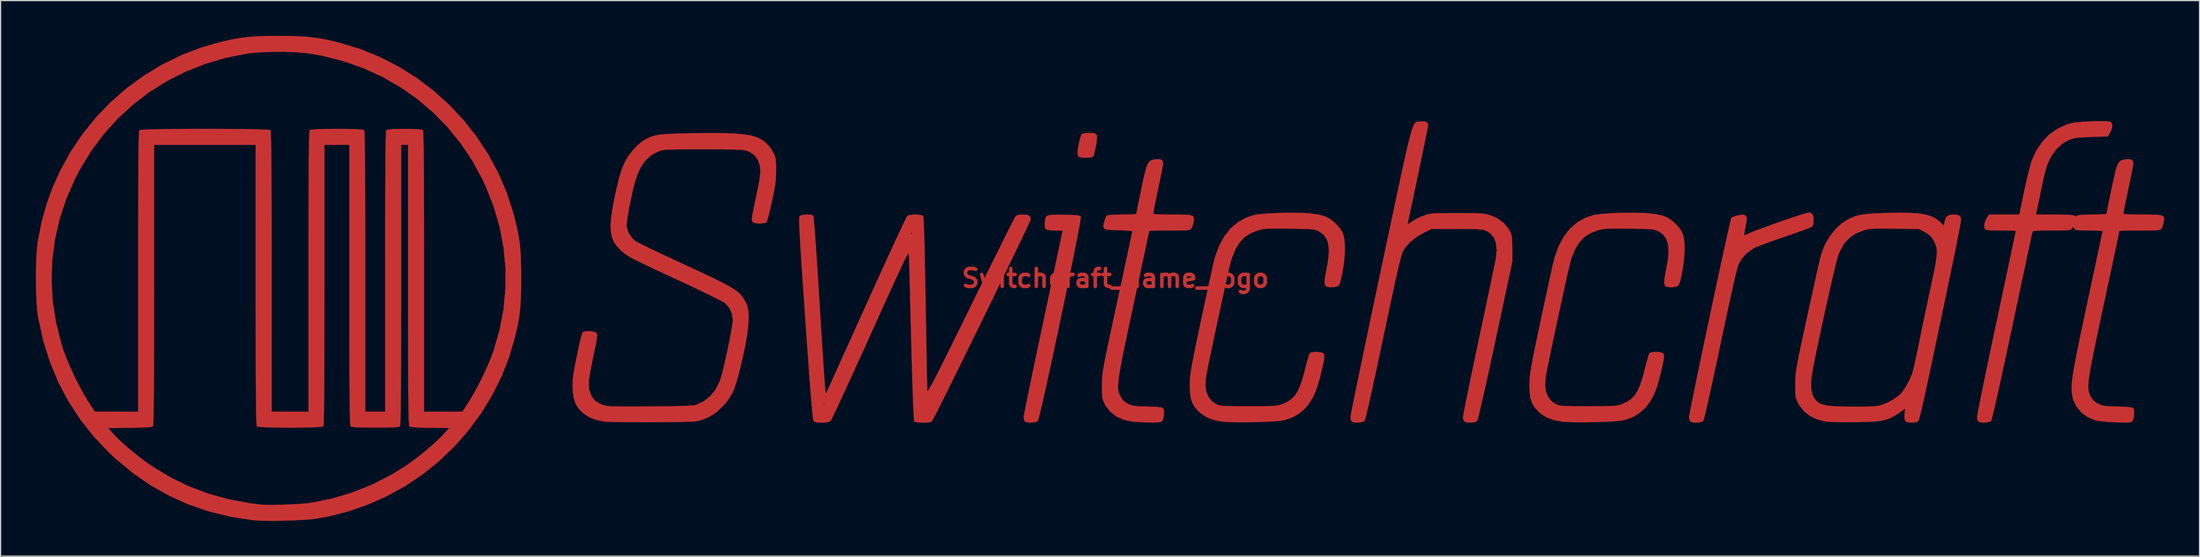
<source format=kicad_pcb>
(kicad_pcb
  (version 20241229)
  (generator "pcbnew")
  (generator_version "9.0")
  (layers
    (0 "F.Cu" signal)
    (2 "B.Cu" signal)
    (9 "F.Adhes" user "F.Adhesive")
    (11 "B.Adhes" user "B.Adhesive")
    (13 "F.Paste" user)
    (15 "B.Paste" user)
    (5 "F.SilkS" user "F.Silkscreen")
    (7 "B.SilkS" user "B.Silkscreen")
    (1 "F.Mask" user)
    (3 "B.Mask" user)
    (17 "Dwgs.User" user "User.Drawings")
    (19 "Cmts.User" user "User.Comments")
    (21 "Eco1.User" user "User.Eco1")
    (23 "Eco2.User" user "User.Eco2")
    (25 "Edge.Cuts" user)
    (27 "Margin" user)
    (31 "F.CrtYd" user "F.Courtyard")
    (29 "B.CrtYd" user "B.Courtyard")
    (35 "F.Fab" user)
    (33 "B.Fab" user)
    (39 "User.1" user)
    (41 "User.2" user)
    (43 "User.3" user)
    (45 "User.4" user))
  (footprint "Switchcraft_name_logo"
    (layer "F.Cu")
    (at 91.751 20.617)
    (property "Reference" "Switchcraft_name_logo" (at 0 0 0) (layer "F.Cu") (effects (font (size 1.524 1.524) (thickness 0.3))))
    (attr through_hole)
    (fp_poly (pts (xy -1.921 -12.352) (xy -1.707 -12.306) (xy -1.588 -12.199) (xy -1.549 -12.002) (xy -1.576 -11.691) (xy -1.647 -11.277) (xy -1.721 -10.915) (xy -1.794 -10.611) (xy -1.856 -10.407) (xy -1.884 -10.351) (xy -2.016 -10.29) (xy -2.257 -10.255) (xy -2.548 -10.246) (xy -2.83 -10.263) (xy -3.044 -10.307) (xy -3.116 -10.346) (xy -3.192 -10.503) (xy -3.217 -10.679) (xy -3.198 -10.913) (xy -3.148 -11.226) (xy -3.077 -11.567) (xy -2.998 -11.886) (xy -2.922 -12.132) (xy -2.866 -12.249) (xy -2.715 -12.32) (xy -2.421 -12.357) (xy -2.244 -12.361) (xy -1.921 -12.352)) (stroke (width 0.01) (type solid)) (fill yes) (layer "F.Cu"))
    (fp_poly (pts (xy -4.625 -5.404) (xy -4.379 -5.4) (xy -3.86 -5.388) (xy -3.486 -5.374) (xy -3.231 -5.353) (xy -3.069 -5.322) (xy -2.977 -5.28) (xy -2.934 -5.234) (xy -2.938 -5.131) (xy -2.975 -4.877) (xy -3.043 -4.484) (xy -3.139 -3.966) (xy -3.26 -3.335) (xy -3.403 -2.607) (xy -3.565 -1.793) (xy -3.744 -0.908) (xy -3.937 0.036) (xy -4.141 1.024) (xy -4.353 2.044) (xy -4.57 3.082) (xy -4.789 4.125) (xy -5.009 5.159) (xy -5.225 6.171) (xy -5.435 7.147) (xy -5.636 8.075) (xy -5.826 8.94) (xy -6.001 9.729) (xy -6.16 10.43) (xy -6.298 11.028) (xy -6.413 11.511) (xy -6.502 11.864) (xy -6.563 12.074) (xy -6.587 12.129) (xy -6.752 12.219) (xy -7.014 12.27) (xy -7.305 12.278) (xy -7.557 12.241) (xy -7.688 12.175) (xy -7.76 12.023) (xy -7.789 11.808) (xy -7.772 11.688) (xy -7.722 11.414) (xy -7.641 10.999) (xy -7.532 10.454) (xy -7.397 9.792) (xy -7.24 9.024) (xy -7.061 8.162) (xy -6.865 7.218) (xy -6.652 6.204) (xy -6.426 5.133) (xy -6.19 4.015) (xy -6.138 3.773) (xy -5.9 2.653) (xy -5.673 1.581) (xy -5.458 0.569) (xy -5.258 -0.374) (xy -5.076 -1.234) (xy -4.914 -2) (xy -4.774 -2.661) (xy -4.659 -3.206) (xy -4.572 -3.622) (xy -4.514 -3.898) (xy -4.488 -4.024) (xy -4.487 -4.03) (xy -4.565 -4.046) (xy -4.772 -4.058) (xy -5.068 -4.064) (xy -5.154 -4.064) (xy -5.553 -4.076) (xy -5.81 -4.126) (xy -5.952 -4.235) (xy -6.004 -4.426) (xy -5.994 -4.718) (xy -5.992 -4.739) (xy -5.965 -4.981) (xy -5.922 -5.158) (xy -5.838 -5.28) (xy -5.691 -5.355) (xy -5.455 -5.394) (xy -5.108 -5.407) (xy -4.625 -5.404)) (stroke (width 0.01) (type solid)) (fill yes) (layer "F.Cu"))
    (fp_poly (pts (xy 59.152 -5.547) (xy 59.285 -5.409) (xy 59.344 -5.146) (xy 59.351 -4.949) (xy 59.326 -4.626) (xy 59.245 -4.43) (xy 59.203 -4.386) (xy 59.086 -4.326) (xy 58.83 -4.222) (xy 58.459 -4.082) (xy 57.994 -3.914) (xy 57.457 -3.726) (xy 56.873 -3.527) (xy 56.854 -3.52) (xy 56.249 -3.314) (xy 55.677 -3.111) (xy 55.161 -2.922) (xy 54.73 -2.757) (xy 54.408 -2.625) (xy 54.229 -2.539) (xy 53.65 -2.118) (xy 53.201 -1.599) (xy 52.971 -1.185) (xy 52.907 -0.994) (xy 52.811 -0.638) (xy 52.683 -0.117) (xy 52.525 0.565) (xy 52.335 1.409) (xy 52.116 2.413) (xy 51.865 3.576) (xy 51.585 4.896) (xy 51.431 5.63) (xy 51.186 6.792) (xy 50.957 7.863) (xy 50.747 8.835) (xy 50.557 9.7) (xy 50.39 10.447) (xy 50.248 11.069) (xy 50.132 11.557) (xy 50.044 11.901) (xy 49.987 12.092) (xy 49.97 12.129) (xy 49.805 12.219) (xy 49.543 12.27) (xy 49.252 12.278) (xy 49 12.241) (xy 48.87 12.175) (xy 48.796 12.022) (xy 48.767 11.815) (xy 48.784 11.687) (xy 48.834 11.41) (xy 48.913 10.997) (xy 49.02 10.461) (xy 49.15 9.816) (xy 49.301 9.076) (xy 49.47 8.254) (xy 49.655 7.364) (xy 49.852 6.419) (xy 50.059 5.432) (xy 50.273 4.418) (xy 50.49 3.39) (xy 50.709 2.361) (xy 50.925 1.344) (xy 51.137 0.355) (xy 51.341 -0.595) (xy 51.535 -1.492) (xy 51.715 -2.321) (xy 51.88 -3.07) (xy 52.025 -3.725) (xy 52.148 -4.272) (xy 52.246 -4.698) (xy 52.317 -4.989) (xy 52.357 -5.132) (xy 52.362 -5.144) (xy 52.494 -5.219) (xy 52.733 -5.301) (xy 52.942 -5.352) (xy 53.225 -5.405) (xy 53.396 -5.41) (xy 53.508 -5.364) (xy 53.569 -5.31) (xy 53.636 -5.23) (xy 53.667 -5.132) (xy 53.664 -4.978) (xy 53.626 -4.727) (xy 53.57 -4.43) (xy 53.511 -4.099) (xy 53.471 -3.837) (xy 53.457 -3.684) (xy 53.461 -3.661) (xy 53.548 -3.677) (xy 53.733 -3.755) (xy 53.861 -3.817) (xy 54.064 -3.908) (xy 54.389 -4.038) (xy 54.812 -4.199) (xy 55.307 -4.381) (xy 55.85 -4.577) (xy 56.416 -4.777) (xy 56.98 -4.973) (xy 57.517 -5.156) (xy 58.003 -5.317) (xy 58.412 -5.449) (xy 58.719 -5.541) (xy 58.901 -5.585) (xy 58.928 -5.588) (xy 59.152 -5.547)) (stroke (width 0.01) (type solid)) (fill yes) (layer "F.Cu"))
    (fp_poly (pts (xy 3.976 -10.039) (xy 4.061 -9.839) (xy 4.064 -9.781) (xy 4.047 -9.647) (xy 3.998 -9.373) (xy 3.924 -8.985) (xy 3.828 -8.508) (xy 3.716 -7.969) (xy 3.641 -7.612) (xy 3.522 -7.051) (xy 3.416 -6.544) (xy 3.328 -6.113) (xy 3.262 -5.783) (xy 3.225 -5.579) (xy 3.217 -5.525) (xy 3.257 -5.487) (xy 3.386 -5.458) (xy 3.622 -5.438) (xy 3.983 -5.425) (xy 4.486 -5.42) (xy 4.858 -5.419) (xy 5.47 -5.417) (xy 5.932 -5.409) (xy 6.264 -5.386) (xy 6.485 -5.342) (xy 6.616 -5.271) (xy 6.674 -5.166) (xy 6.682 -5.021) (xy 6.656 -4.827) (xy 6.653 -4.804) (xy 6.587 -4.529) (xy 6.494 -4.295) (xy 6.471 -4.255) (xy 6.424 -4.19) (xy 6.363 -4.143) (xy 6.265 -4.109) (xy 6.106 -4.086) (xy 5.864 -4.073) (xy 5.516 -4.066) (xy 5.037 -4.064) (xy 4.612 -4.064) (xy 4.091 -4.062) (xy 3.633 -4.058) (xy 3.262 -4.051) (xy 3.004 -4.042) (xy 2.884 -4.032) (xy 2.879 -4.029) (xy 2.861 -3.942) (xy 2.811 -3.703) (xy 2.731 -3.325) (xy 2.624 -2.819) (xy 2.492 -2.2) (xy 2.339 -1.48) (xy 2.166 -0.671) (xy 1.977 0.212) (xy 1.775 1.157) (xy 1.562 2.151) (xy 1.558 2.173) (xy 1.29 3.423) (xy 1.057 4.52) (xy 0.856 5.474) (xy 0.687 6.296) (xy 0.547 7) (xy 0.434 7.595) (xy 0.348 8.093) (xy 0.286 8.507) (xy 0.247 8.847) (xy 0.23 9.124) (xy 0.231 9.351) (xy 0.251 9.539) (xy 0.287 9.699) (xy 0.337 9.842) (xy 0.401 9.981) (xy 0.432 10.043) (xy 0.63 10.349) (xy 0.885 10.566) (xy 1.059 10.665) (xy 1.239 10.75) (xy 1.414 10.811) (xy 1.621 10.852) (xy 1.894 10.879) (xy 2.27 10.897) (xy 2.707 10.909) (xy 3.209 10.927) (xy 3.616 10.955) (xy 3.903 10.989) (xy 4.047 11.029) (xy 4.052 11.032) (xy 4.115 11.174) (xy 4.136 11.417) (xy 4.119 11.701) (xy 4.067 11.963) (xy 3.985 12.143) (xy 3.984 12.145) (xy 3.901 12.204) (xy 3.754 12.243) (xy 3.512 12.262) (xy 3.144 12.267) (xy 2.932 12.266) (xy 2.475 12.254) (xy 2.01 12.233) (xy 1.607 12.206) (xy 1.42 12.188) (xy 0.706 12.034) (xy 0.085 11.753) (xy -0.428 11.354) (xy -0.82 10.846) (xy -0.907 10.683) (xy -1.004 10.474) (xy -1.07 10.29) (xy -1.111 10.09) (xy -1.131 9.834) (xy -1.138 9.481) (xy -1.138 9.102) (xy -1.136 8.889) (xy -1.132 8.693) (xy -1.123 8.499) (xy -1.106 8.295) (xy -1.08 8.066) (xy -1.041 7.8) (xy -0.987 7.483) (xy -0.916 7.101) (xy -0.826 6.642) (xy -0.713 6.092) (xy -0.576 5.438) (xy -0.412 4.666) (xy -0.218 3.763) (xy 0.007 2.716) (xy 0.154 2.039) (xy 0.364 1.059) (xy 0.565 0.129) (xy 0.751 -0.741) (xy 0.921 -1.535) (xy 1.072 -2.242) (xy 1.201 -2.847) (xy 1.305 -3.338) (xy 1.381 -3.701) (xy 1.427 -3.923) (xy 1.439 -3.992) (xy 1.36 -4.018) (xy 1.142 -4.043) (xy 0.815 -4.064) (xy 0.412 -4.08) (xy 0.284 -4.083) (xy -0.232 -4.097) (xy -0.6 -4.123) (xy -0.84 -4.174) (xy -0.973 -4.26) (xy -1.018 -4.395) (xy -0.997 -4.589) (xy -0.945 -4.798) (xy -0.864 -5.058) (xy -0.78 -5.256) (xy -0.747 -5.31) (xy -0.654 -5.357) (xy -0.453 -5.389) (xy -0.126 -5.409) (xy 0.345 -5.418) (xy 0.561 -5.419) (xy 0.993 -5.423) (xy 1.357 -5.433) (xy 1.625 -5.449) (xy 1.764 -5.469) (xy 1.778 -5.478) (xy 1.795 -5.574) (xy 1.842 -5.813) (xy 1.914 -6.171) (xy 2.007 -6.626) (xy 2.116 -7.155) (xy 2.213 -7.616) (xy 2.359 -8.31) (xy 2.482 -8.857) (xy 2.589 -9.274) (xy 2.69 -9.582) (xy 2.795 -9.798) (xy 2.911 -9.942) (xy 3.048 -10.031) (xy 3.216 -10.084) (xy 3.422 -10.121) (xy 3.428 -10.122) (xy 3.767 -10.132) (xy 3.976 -10.039)) (stroke (width 0.01) (type solid)) (fill yes) (layer "F.Cu"))
    (fp_poly (pts (xy 26.503 -13.253) (xy 26.584 -13.052) (xy 26.585 -13.016) (xy 26.568 -12.908) (xy 26.52 -12.655) (xy 26.444 -12.273) (xy 26.345 -11.782) (xy 26.226 -11.201) (xy 26.092 -10.549) (xy 25.946 -9.844) (xy 25.792 -9.105) (xy 25.634 -8.352) (xy 25.477 -7.603) (xy 25.323 -6.877) (xy 25.177 -6.192) (xy 25.043 -5.568) (xy 24.925 -5.024) (xy 24.895 -4.89) (xy 24.86 -4.723) (xy 24.864 -4.641) (xy 24.932 -4.647) (xy 25.092 -4.742) (xy 25.358 -4.921) (xy 25.625 -5.073) (xy 25.969 -5.235) (xy 26.247 -5.345) (xy 26.422 -5.405) (xy 26.588 -5.451) (xy 26.77 -5.485) (xy 26.992 -5.51) (xy 27.278 -5.526) (xy 27.651 -5.536) (xy 28.137 -5.541) (xy 28.758 -5.543) (xy 29.041 -5.544) (xy 29.725 -5.543) (xy 30.265 -5.54) (xy 30.685 -5.533) (xy 31.009 -5.519) (xy 31.263 -5.497) (xy 31.471 -5.466) (xy 31.657 -5.424) (xy 31.847 -5.369) (xy 31.888 -5.356) (xy 32.486 -5.091) (xy 33.001 -4.709) (xy 33.403 -4.238) (xy 33.538 -4.001) (xy 33.622 -3.816) (xy 33.679 -3.633) (xy 33.713 -3.413) (xy 33.731 -3.118) (xy 33.737 -2.709) (xy 33.738 -2.498) (xy 33.738 -1.397) (xy 32.309 5.292) (xy 32.055 6.471) (xy 31.818 7.565) (xy 31.599 8.564) (xy 31.4 9.458) (xy 31.224 10.239) (xy 31.071 10.898) (xy 30.946 11.426) (xy 30.848 11.813) (xy 30.782 12.051) (xy 30.751 12.129) (xy 30.588 12.231) (xy 30.31 12.274) (xy 30.187 12.277) (xy 29.853 12.251) (xy 29.655 12.161) (xy 29.564 11.986) (xy 29.549 11.811) (xy 29.566 11.687) (xy 29.616 11.412) (xy 29.696 10.997) (xy 29.804 10.457) (xy 29.936 9.805) (xy 30.09 9.055) (xy 30.263 8.218) (xy 30.453 7.31) (xy 30.656 6.344) (xy 30.87 5.332) (xy 30.898 5.202) (xy 31.116 4.176) (xy 31.326 3.185) (xy 31.524 2.246) (xy 31.708 1.371) (xy 31.875 0.575) (xy 32.022 -0.127) (xy 32.145 -0.722) (xy 32.243 -1.195) (xy 32.311 -1.532) (xy 32.347 -1.718) (xy 32.348 -1.725) (xy 32.413 -2.41) (xy 32.355 -2.989) (xy 32.175 -3.46) (xy 31.876 -3.817) (xy 31.605 -3.992) (xy 31.475 -4.053) (xy 31.348 -4.1) (xy 31.203 -4.135) (xy 31.014 -4.159) (xy 30.759 -4.176) (xy 30.416 -4.185) (xy 29.96 -4.19) (xy 29.368 -4.191) (xy 29.041 -4.191) (xy 26.882 -4.191) (xy 26.224 -3.877) (xy 25.626 -3.531) (xy 25.093 -3.107) (xy 24.664 -2.639) (xy 24.45 -2.308) (xy 24.401 -2.196) (xy 24.342 -2.014) (xy 24.268 -1.755) (xy 24.179 -1.408) (xy 24.072 -0.964) (xy 23.946 -0.415) (xy 23.797 0.249) (xy 23.624 1.037) (xy 23.426 1.958) (xy 23.199 3.021) (xy 22.941 4.235) (xy 22.772 5.038) (xy 22.515 6.254) (xy 22.275 7.38) (xy 22.053 8.408) (xy 21.852 9.328) (xy 21.673 10.134) (xy 21.519 10.815) (xy 21.39 11.363) (xy 21.29 11.771) (xy 21.22 12.029) (xy 21.183 12.129) (xy 21.018 12.219) (xy 20.756 12.27) (xy 20.466 12.278) (xy 20.213 12.241) (xy 20.083 12.175) (xy 20.009 12.022) (xy 19.981 11.815) (xy 19.998 11.704) (xy 20.048 11.436) (xy 20.13 11.021) (xy 20.241 10.469) (xy 20.38 9.789) (xy 20.544 8.99) (xy 20.732 8.082) (xy 20.942 7.074) (xy 21.171 5.975) (xy 21.417 4.795) (xy 21.68 3.543) (xy 21.957 2.229) (xy 22.245 0.861) (xy 22.543 -0.55) (xy 22.57 -0.677) (xy 22.928 -2.366) (xy 23.251 -3.897) (xy 23.544 -5.278) (xy 23.806 -6.517) (xy 24.041 -7.621) (xy 24.251 -8.599) (xy 24.438 -9.458) (xy 24.603 -10.205) (xy 24.749 -10.849) (xy 24.878 -11.397) (xy 24.992 -11.857) (xy 25.093 -12.237) (xy 25.183 -12.544) (xy 25.265 -12.787) (xy 25.339 -12.973) (xy 25.409 -13.109) (xy 25.477 -13.204) (xy 25.544 -13.266) (xy 25.612 -13.301) (xy 25.684 -13.318) (xy 25.762 -13.325) (xy 25.847 -13.329) (xy 25.942 -13.338) (xy 25.95 -13.339) (xy 26.292 -13.349) (xy 26.503 -13.253)) (stroke (width 0.01) (type solid)) (fill yes) (layer "F.Cu"))
    (fp_poly (pts (xy 15.681 -5.565) (xy 16.217 -5.541) (xy 16.511 -5.517) (xy 17.112 -5.441) (xy 17.584 -5.342) (xy 17.966 -5.204) (xy 18.298 -5.012) (xy 18.62 -4.748) (xy 18.759 -4.614) (xy 19.056 -4.292) (xy 19.266 -3.98) (xy 19.403 -3.64) (xy 19.48 -3.232) (xy 19.511 -2.715) (xy 19.514 -2.413) (xy 19.497 -1.991) (xy 19.453 -1.511) (xy 19.386 -1.007) (xy 19.305 -0.515) (xy 19.213 -0.07) (xy 19.119 0.294) (xy 19.027 0.543) (xy 18.983 0.614) (xy 18.817 0.704) (xy 18.555 0.755) (xy 18.264 0.763) (xy 18.012 0.726) (xy 17.882 0.66) (xy 17.811 0.531) (xy 17.787 0.318) (xy 17.811 -0.000073) (xy 17.885 -0.445) (xy 17.959 -0.812) (xy 18.103 -1.632) (xy 18.152 -2.32) (xy 18.104 -2.886) (xy 17.958 -3.34) (xy 17.711 -3.693) (xy 17.362 -3.954) (xy 17.317 -3.978) (xy 17.182 -4.044) (xy 17.052 -4.095) (xy 16.906 -4.133) (xy 16.718 -4.161) (xy 16.466 -4.181) (xy 16.125 -4.195) (xy 15.672 -4.205) (xy 15.083 -4.214) (xy 14.789 -4.218) (xy 14.124 -4.225) (xy 13.602 -4.227) (xy 13.199 -4.223) (xy 12.888 -4.211) (xy 12.644 -4.189) (xy 12.442 -4.157) (xy 12.256 -4.113) (xy 12.115 -4.072) (xy 11.5 -3.829) (xy 10.988 -3.495) (xy 10.566 -3.054) (xy 10.217 -2.488) (xy 9.928 -1.782) (xy 9.832 -1.48) (xy 9.78 -1.281) (xy 9.698 -0.937) (xy 9.59 -0.466) (xy 9.46 0.112) (xy 9.312 0.777) (xy 9.151 1.511) (xy 8.981 2.292) (xy 8.806 3.103) (xy 8.63 3.922) (xy 8.457 4.731) (xy 8.292 5.51) (xy 8.139 6.24) (xy 8.002 6.9) (xy 7.885 7.472) (xy 7.793 7.935) (xy 7.729 8.27) (xy 7.705 8.411) (xy 7.657 9.08) (xy 7.735 9.658) (xy 7.935 10.135) (xy 8.253 10.501) (xy 8.532 10.681) (xy 8.653 10.739) (xy 8.772 10.784) (xy 8.909 10.818) (xy 9.085 10.843) (xy 9.323 10.861) (xy 9.644 10.871) (xy 10.068 10.877) (xy 10.619 10.879) (xy 11.316 10.88) (xy 11.345 10.88) (xy 12.05 10.879) (xy 12.608 10.877) (xy 13.041 10.871) (xy 13.371 10.86) (xy 13.622 10.842) (xy 13.814 10.816) (xy 13.97 10.781) (xy 14.114 10.734) (xy 14.256 10.679) (xy 14.653 10.491) (xy 14.985 10.262) (xy 15.264 9.971) (xy 15.504 9.598) (xy 15.718 9.122) (xy 15.919 8.522) (xy 16.12 7.776) (xy 16.146 7.672) (xy 16.256 7.239) (xy 16.36 6.86) (xy 16.449 6.569) (xy 16.512 6.399) (xy 16.527 6.372) (xy 16.673 6.302) (xy 16.921 6.267) (xy 17.211 6.267) (xy 17.48 6.301) (xy 17.665 6.366) (xy 17.696 6.393) (xy 17.743 6.48) (xy 17.762 6.612) (xy 17.75 6.81) (xy 17.704 7.096) (xy 17.621 7.492) (xy 17.499 8.02) (xy 17.432 8.297) (xy 17.197 9.141) (xy 16.933 9.84) (xy 16.63 10.419) (xy 16.276 10.901) (xy 16.095 11.094) (xy 15.656 11.479) (xy 15.193 11.763) (xy 14.648 11.98) (xy 14.351 12.067) (xy 14.098 12.111) (xy 13.706 12.15) (xy 13.206 12.184) (xy 12.628 12.212) (xy 12.003 12.232) (xy 11.36 12.245) (xy 10.731 12.25) (xy 10.146 12.245) (xy 9.635 12.23) (xy 9.23 12.205) (xy 9.093 12.191) (xy 8.381 12.054) (xy 7.794 11.835) (xy 7.3 11.521) (xy 7.064 11.308) (xy 6.767 10.972) (xy 6.556 10.626) (xy 6.42 10.235) (xy 6.347 9.76) (xy 6.324 9.165) (xy 6.325 9.017) (xy 6.329 8.803) (xy 6.34 8.588) (xy 6.36 8.358) (xy 6.392 8.095) (xy 6.439 7.785) (xy 6.503 7.413) (xy 6.588 6.962) (xy 6.696 6.416) (xy 6.829 5.762) (xy 6.991 4.982) (xy 7.184 4.062) (xy 7.316 3.437) (xy 7.504 2.553) (xy 7.686 1.703) (xy 7.859 0.904) (xy 8.018 0.173) (xy 8.161 -0.473) (xy 8.283 -1.015) (xy 8.38 -1.436) (xy 8.449 -1.719) (xy 8.474 -1.812) (xy 8.82 -2.757) (xy 9.261 -3.567) (xy 9.795 -4.241) (xy 10.421 -4.775) (xy 11.135 -5.166) (xy 11.777 -5.377) (xy 12.106 -5.435) (xy 12.57 -5.483) (xy 13.133 -5.523) (xy 13.761 -5.552) (xy 14.418 -5.569) (xy 15.07 -5.574) (xy 15.681 -5.565)) (stroke (width 0.01) (type solid)) (fill yes) (layer "F.Cu"))
    (fp_poly (pts (xy 44.552 -5.565) (xy 45.088 -5.541) (xy 45.382 -5.517) (xy 45.983 -5.441) (xy 46.455 -5.342) (xy 46.837 -5.204) (xy 47.169 -5.012) (xy 47.491 -4.748) (xy 47.63 -4.614) (xy 47.927 -4.292) (xy 48.138 -3.98) (xy 48.274 -3.64) (xy 48.351 -3.232) (xy 48.383 -2.715) (xy 48.385 -2.413) (xy 48.368 -1.991) (xy 48.324 -1.511) (xy 48.258 -1.007) (xy 48.176 -0.515) (xy 48.085 -0.07) (xy 47.99 0.294) (xy 47.898 0.543) (xy 47.854 0.614) (xy 47.689 0.704) (xy 47.427 0.755) (xy 47.136 0.763) (xy 46.883 0.726) (xy 46.753 0.66) (xy 46.682 0.531) (xy 46.658 0.318) (xy 46.682 -0.000073) (xy 46.756 -0.445) (xy 46.831 -0.812) (xy 46.974 -1.632) (xy 47.023 -2.32) (xy 46.976 -2.886) (xy 46.83 -3.34) (xy 46.583 -3.693) (xy 46.233 -3.954) (xy 46.188 -3.978) (xy 46.053 -4.044) (xy 45.924 -4.095) (xy 45.777 -4.133) (xy 45.589 -4.161) (xy 45.337 -4.181) (xy 44.996 -4.195) (xy 44.543 -4.205) (xy 43.955 -4.214) (xy 43.66 -4.218) (xy 42.995 -4.225) (xy 42.473 -4.227) (xy 42.07 -4.223) (xy 41.759 -4.211) (xy 41.515 -4.189) (xy 41.313 -4.157) (xy 41.127 -4.113) (xy 40.986 -4.072) (xy 40.371 -3.829) (xy 39.86 -3.495) (xy 39.437 -3.054) (xy 39.089 -2.488) (xy 38.799 -1.782) (xy 38.703 -1.48) (xy 38.651 -1.281) (xy 38.569 -0.937) (xy 38.461 -0.466) (xy 38.331 0.112) (xy 38.184 0.777) (xy 38.023 1.511) (xy 37.853 2.292) (xy 37.677 3.103) (xy 37.501 3.922) (xy 37.329 4.731) (xy 37.164 5.51) (xy 37.01 6.24) (xy 36.873 6.9) (xy 36.756 7.472) (xy 36.664 7.935) (xy 36.6 8.27) (xy 36.576 8.411) (xy 36.529 9.08) (xy 36.607 9.658) (xy 36.807 10.135) (xy 37.124 10.501) (xy 37.403 10.681) (xy 37.525 10.739) (xy 37.643 10.784) (xy 37.78 10.818) (xy 37.956 10.843) (xy 38.194 10.861) (xy 38.515 10.871) (xy 38.94 10.877) (xy 39.49 10.879) (xy 40.188 10.88) (xy 40.217 10.88) (xy 40.921 10.879) (xy 41.479 10.877) (xy 41.912 10.871) (xy 42.243 10.86) (xy 42.493 10.842) (xy 42.685 10.816) (xy 42.842 10.781) (xy 42.985 10.734) (xy 43.128 10.679) (xy 43.525 10.491) (xy 43.856 10.262) (xy 44.136 9.971) (xy 44.376 9.598) (xy 44.589 9.122) (xy 44.79 8.522) (xy 44.991 7.776) (xy 45.017 7.672) (xy 45.127 7.239) (xy 45.232 6.86) (xy 45.32 6.569) (xy 45.383 6.399) (xy 45.398 6.372) (xy 45.544 6.302) (xy 45.793 6.267) (xy 46.083 6.267) (xy 46.351 6.301) (xy 46.537 6.366) (xy 46.567 6.393) (xy 46.614 6.48) (xy 46.633 6.612) (xy 46.621 6.81) (xy 46.576 7.096) (xy 46.493 7.492) (xy 46.37 8.02) (xy 46.303 8.297) (xy 46.068 9.141) (xy 45.805 9.84) (xy 45.502 10.419) (xy 45.147 10.901) (xy 44.967 11.094) (xy 44.527 11.479) (xy 44.064 11.763) (xy 43.52 11.98) (xy 43.222 12.067) (xy 42.969 12.111) (xy 42.578 12.15) (xy 42.077 12.184) (xy 41.499 12.212) (xy 40.874 12.232) (xy 40.231 12.245) (xy 39.602 12.25) (xy 39.017 12.245) (xy 38.507 12.23) (xy 38.101 12.205) (xy 37.964 12.191) (xy 37.253 12.054) (xy 36.665 11.835) (xy 36.171 11.521) (xy 35.935 11.308) (xy 35.638 10.972) (xy 35.428 10.626) (xy 35.292 10.235) (xy 35.218 9.76) (xy 35.196 9.165) (xy 35.196 9.017) (xy 35.201 8.803) (xy 35.212 8.588) (xy 35.232 8.358) (xy 35.264 8.095) (xy 35.311 7.785) (xy 35.375 7.413) (xy 35.459 6.962) (xy 35.567 6.416) (xy 35.7 5.762) (xy 35.862 4.982) (xy 36.056 4.062) (xy 36.187 3.437) (xy 36.375 2.553) (xy 36.557 1.703) (xy 36.73 0.904) (xy 36.89 0.173) (xy 37.032 -0.473) (xy 37.154 -1.015) (xy 37.252 -1.436) (xy 37.32 -1.719) (xy 37.346 -1.812) (xy 37.691 -2.757) (xy 38.132 -3.567) (xy 38.667 -4.241) (xy 39.292 -4.775) (xy 40.006 -5.166) (xy 40.648 -5.377) (xy 40.978 -5.435) (xy 41.442 -5.483) (xy 42.005 -5.523) (xy 42.632 -5.552) (xy 43.29 -5.569) (xy 43.941 -5.574) (xy 44.552 -5.565)) (stroke (width 0.01) (type solid)) (fill yes) (layer "F.Cu"))
    (fp_poly (pts (xy 67.437 -5.567) (xy 68.099 -5.529) (xy 68.647 -5.46) (xy 69.101 -5.357) (xy 69.478 -5.216) (xy 69.797 -5.035) (xy 70.076 -4.809) (xy 70.114 -4.773) (xy 70.421 -4.474) (xy 70.481 -4.798) (xy 70.578 -5.126) (xy 70.743 -5.319) (xy 71.009 -5.406) (xy 71.243 -5.419) (xy 71.578 -5.393) (xy 71.776 -5.303) (xy 71.868 -5.128) (xy 71.882 -4.957) (xy 71.865 -4.823) (xy 71.817 -4.541) (xy 71.74 -4.129) (xy 71.639 -3.605) (xy 71.516 -2.985) (xy 71.376 -2.289) (xy 71.222 -1.534) (xy 71.079 -0.847) (xy 70.71 0.921) (xy 70.374 2.53) (xy 70.068 3.986) (xy 69.793 5.297) (xy 69.546 6.468) (xy 69.325 7.507) (xy 69.13 8.421) (xy 68.959 9.216) (xy 68.81 9.899) (xy 68.682 10.477) (xy 68.573 10.956) (xy 68.483 11.343) (xy 68.409 11.644) (xy 68.35 11.868) (xy 68.305 12.019) (xy 68.272 12.106) (xy 68.258 12.129) (xy 68.099 12.23) (xy 67.827 12.273) (xy 67.688 12.277) (xy 67.359 12.253) (xy 67.163 12.163) (xy 67.075 11.978) (xy 67.07 11.668) (xy 67.08 11.561) (xy 67.127 11.102) (xy 66.583 11.474) (xy 66.251 11.69) (xy 65.938 11.86) (xy 65.619 11.99) (xy 65.265 12.086) (xy 64.85 12.153) (xy 64.347 12.197) (xy 63.729 12.224) (xy 62.969 12.239) (xy 62.95 12.239) (xy 62.351 12.244) (xy 61.772 12.24) (xy 61.247 12.231) (xy 60.81 12.215) (xy 60.495 12.194) (xy 60.414 12.185) (xy 59.679 12.013) (xy 59.044 11.715) (xy 58.519 11.3) (xy 58.115 10.773) (xy 58.02 10.597) (xy 57.923 10.389) (xy 57.857 10.205) (xy 57.817 10.005) (xy 57.797 9.749) (xy 57.79 9.397) (xy 57.791 9.017) (xy 57.792 8.932) (xy 59.147 8.932) (xy 59.151 9.335) (xy 59.177 9.62) (xy 59.234 9.841) (xy 59.325 10.041) (xy 59.47 10.279) (xy 59.634 10.47) (xy 59.839 10.619) (xy 60.102 10.731) (xy 60.444 10.812) (xy 60.884 10.865) (xy 61.442 10.897) (xy 62.136 10.913) (xy 62.677 10.916) (xy 63.327 10.917) (xy 63.833 10.914) (xy 64.222 10.904) (xy 64.52 10.888) (xy 64.752 10.862) (xy 64.944 10.825) (xy 65.122 10.776) (xy 65.213 10.746) (xy 65.666 10.557) (xy 66.125 10.305) (xy 66.53 10.026) (xy 66.777 9.804) (xy 67.009 9.507) (xy 67.258 9.107) (xy 67.493 8.661) (xy 67.682 8.229) (xy 67.729 8.096) (xy 67.796 7.861) (xy 67.886 7.492) (xy 67.995 7.021) (xy 68.113 6.478) (xy 68.233 5.898) (xy 68.287 5.63) (xy 68.407 5.033) (xy 68.555 4.312) (xy 68.722 3.51) (xy 68.899 2.671) (xy 69.076 1.835) (xy 69.246 1.046) (xy 69.271 0.931) (xy 69.452 0.09) (xy 69.596 -0.604) (xy 69.704 -1.173) (xy 69.777 -1.633) (xy 69.817 -2.004) (xy 69.825 -2.306) (xy 69.801 -2.557) (xy 69.747 -2.777) (xy 69.665 -2.984) (xy 69.555 -3.197) (xy 69.531 -3.239) (xy 69.343 -3.528) (xy 69.127 -3.735) (xy 68.819 -3.921) (xy 68.789 -3.937) (xy 68.296 -4.191) (xy 66.224 -4.216) (xy 65.563 -4.223) (xy 65.046 -4.225) (xy 64.646 -4.22) (xy 64.338 -4.207) (xy 64.096 -4.185) (xy 63.895 -4.151) (xy 63.708 -4.106) (xy 63.592 -4.072) (xy 62.939 -3.809) (xy 62.401 -3.444) (xy 61.963 -2.962) (xy 61.607 -2.345) (xy 61.427 -1.905) (xy 61.369 -1.712) (xy 61.28 -1.371) (xy 61.164 -0.899) (xy 61.025 -0.312) (xy 60.866 0.371) (xy 60.692 1.134) (xy 60.507 1.959) (xy 60.314 2.83) (xy 60.184 3.429) (xy 59.958 4.474) (xy 59.766 5.368) (xy 59.606 6.126) (xy 59.475 6.761) (xy 59.371 7.289) (xy 59.29 7.724) (xy 59.23 8.079) (xy 59.189 8.37) (xy 59.163 8.61) (xy 59.15 8.815) (xy 59.147 8.932) (xy 57.792 8.932) (xy 57.793 8.78) (xy 57.799 8.562) (xy 57.81 8.348) (xy 57.83 8.123) (xy 57.862 7.871) (xy 57.908 7.575) (xy 57.972 7.221) (xy 58.055 6.793) (xy 58.16 6.275) (xy 58.292 5.652) (xy 58.451 4.908) (xy 58.641 4.027) (xy 58.826 3.175) (xy 59.019 2.289) (xy 59.205 1.44) (xy 59.38 0.646) (xy 59.541 -0.078) (xy 59.684 -0.714) (xy 59.805 -1.246) (xy 59.9 -1.657) (xy 59.966 -1.931) (xy 59.993 -2.032) (xy 60.289 -2.802) (xy 60.692 -3.517) (xy 61.179 -4.146) (xy 61.729 -4.661) (xy 62.215 -4.98) (xy 62.536 -5.139) (xy 62.855 -5.265) (xy 63.199 -5.362) (xy 63.594 -5.434) (xy 64.067 -5.488) (xy 64.644 -5.526) (xy 65.353 -5.553) (xy 65.702 -5.563) (xy 66.644 -5.577) (xy 67.437 -5.567)) (stroke (width 0.01) (type solid)) (fill yes) (layer "F.Cu"))
    (fp_poly (pts (xy -16.649 -5.401) (xy -16.425 -5.349) (xy -16.346 -5.298) (xy -16.326 -5.224) (xy -16.306 -5.045) (xy -16.287 -4.754) (xy -16.268 -4.346) (xy -16.249 -3.814) (xy -16.229 -3.15) (xy -16.209 -2.349) (xy -16.188 -1.403) (xy -16.166 -0.306) (xy -16.143 0.948) (xy -16.124 2.004) (xy -16.106 3.1) (xy -16.087 4.153) (xy -16.07 5.149) (xy -16.053 6.077) (xy -16.037 6.921) (xy -16.023 7.671) (xy -16.01 8.312) (xy -15.999 8.831) (xy -15.99 9.215) (xy -15.984 9.452) (xy -15.981 9.52) (xy -15.972 9.564) (xy -15.949 9.572) (xy -15.907 9.536) (xy -15.843 9.448) (xy -15.753 9.299) (xy -15.631 9.083) (xy -15.475 8.79) (xy -15.279 8.412) (xy -15.04 7.941) (xy -14.753 7.37) (xy -14.414 6.689) (xy -14.019 5.891) (xy -13.563 4.967) (xy -13.043 3.91) (xy -12.454 2.711) (xy -12.285 2.366) (xy -11.766 1.309) (xy -11.266 0.294) (xy -10.79 -0.67) (xy -10.345 -1.57) (xy -9.934 -2.398) (xy -9.564 -3.142) (xy -9.24 -3.793) (xy -8.966 -4.338) (xy -8.748 -4.768) (xy -8.591 -5.073) (xy -8.501 -5.241) (xy -8.483 -5.271) (xy -8.339 -5.366) (xy -8.095 -5.412) (xy -7.878 -5.419) (xy -7.527 -5.395) (xy -7.315 -5.314) (xy -7.214 -5.159) (xy -7.197 -5) (xy -7.233 -4.904) (xy -7.339 -4.669) (xy -7.508 -4.306) (xy -7.735 -3.827) (xy -8.013 -3.243) (xy -8.338 -2.567) (xy -8.703 -1.81) (xy -9.102 -0.985) (xy -9.53 -0.102) (xy -9.98 0.825) (xy -10.448 1.786) (xy -10.927 2.767) (xy -11.411 3.758) (xy -11.895 4.747) (xy -12.373 5.721) (xy -12.839 6.669) (xy -13.286 7.579) (xy -13.711 8.44) (xy -14.106 9.238) (xy -14.466 9.962) (xy -14.784 10.601) (xy -15.056 11.143) (xy -15.276 11.575) (xy -15.437 11.886) (xy -15.533 12.064) (xy -15.547 12.086) (xy -15.625 12.183) (xy -15.735 12.24) (xy -15.92 12.268) (xy -16.22 12.276) (xy -16.332 12.277) (xy -16.752 12.261) (xy -17.01 12.214) (xy -17.088 12.167) (xy -17.109 12.059) (xy -17.132 11.782) (xy -17.158 11.339) (xy -17.185 10.731) (xy -17.214 9.959) (xy -17.246 9.024) (xy -17.279 7.927) (xy -17.314 6.671) (xy -17.351 5.256) (xy -17.354 5.161) (xy -17.381 4.087) (xy -17.408 3.057) (xy -17.433 2.083) (xy -17.457 1.179) (xy -17.479 0.358) (xy -17.498 -0.366) (xy -17.515 -0.979) (xy -17.529 -1.47) (xy -17.54 -1.824) (xy -17.547 -2.027) (xy -17.548 -2.065) (xy -17.559 -2.106) (xy -17.586 -2.101) (xy -17.634 -2.044) (xy -17.707 -1.926) (xy -17.808 -1.738) (xy -17.941 -1.473) (xy -18.111 -1.122) (xy -18.321 -0.677) (xy -18.575 -0.129) (xy -18.878 0.529) (xy -19.233 1.307) (xy -19.643 2.212) (xy -20.114 3.253) (xy -20.649 4.437) (xy -20.817 4.81) (xy -21.288 5.854) (xy -21.743 6.855) (xy -22.174 7.803) (xy -22.578 8.686) (xy -22.949 9.494) (xy -23.283 10.215) (xy -23.573 10.839) (xy -23.816 11.354) (xy -24.005 11.75) (xy -24.136 12.015) (xy -24.205 12.139) (xy -24.21 12.146) (xy -24.383 12.223) (xy -24.657 12.269) (xy -24.977 12.283) (xy -25.289 12.266) (xy -25.537 12.216) (xy -25.654 12.15) (xy -25.678 12.058) (xy -25.71 11.828) (xy -25.749 11.458) (xy -25.797 10.945) (xy -25.824 10.626) (xy -24.807 10.626) (xy -24.765 10.668) (xy -24.723 10.626) (xy -24.765 10.583) (xy -24.807 10.626) (xy -25.824 10.626) (xy -25.853 10.284) (xy -25.918 9.473) (xy -25.992 8.508) (xy -26.075 7.387) (xy -26.168 6.106) (xy -26.27 4.661) (xy -26.356 3.434) (xy -26.455 2.003) (xy -26.542 0.732) (xy -26.618 -0.388) (xy -26.683 -1.366) (xy -26.737 -2.211) (xy -26.782 -2.931) (xy -26.817 -3.536) (xy -26.844 -4.034) (xy -26.862 -4.435) (xy -26.872 -4.747) (xy -26.874 -4.98) (xy -26.87 -5.141) (xy -26.86 -5.241) (xy -26.843 -5.287) (xy -26.694 -5.364) (xy -26.444 -5.41) (xy -26.154 -5.421) (xy -25.885 -5.398) (xy -25.702 -5.338) (xy -25.672 -5.313) (xy -25.653 -5.212) (xy -25.625 -4.954) (xy -25.589 -4.548) (xy -25.545 -4.005) (xy -25.496 -3.337) (xy -25.44 -2.554) (xy -25.38 -1.666) (xy -25.315 -0.686) (xy -25.247 0.377) (xy -25.177 1.512) (xy -25.153 1.905) (xy -25.086 2.997) (xy -25.021 4.047) (xy -24.958 5.042) (xy -24.899 5.968) (xy -24.845 6.814) (xy -24.795 7.564) (xy -24.751 8.207) (xy -24.715 8.728) (xy -24.686 9.114) (xy -24.666 9.353) (xy -24.658 9.419) (xy -24.596 9.821) (xy -21.209 2.323) (xy -20.727 1.258) (xy -20.263 0.236) (xy -19.822 -0.733) (xy -19.408 -1.637) (xy -19.027 -2.467) (xy -18.684 -3.212) (xy -18.406 -3.81) (xy -17.357 -3.81) (xy -17.326 -3.74) (xy -17.3 -3.754) (xy -17.29 -3.854) (xy -17.3 -3.866) (xy -17.351 -3.855) (xy -17.357 -3.81) (xy -18.406 -3.81) (xy -18.383 -3.86) (xy -18.129 -4.401) (xy -17.928 -4.824) (xy -17.785 -5.119) (xy -17.703 -5.275) (xy -17.689 -5.297) (xy -17.522 -5.37) (xy -17.255 -5.412) (xy -16.945 -5.422) (xy -16.649 -5.401)) (stroke (width 0.01) (type solid)) (fill yes) (layer "F.Cu"))
    (fp_poly (pts (xy -33.712 -12.35) (xy -32.898 -12.333) (xy -32.208 -12.3) (xy -31.627 -12.247) (xy -31.14 -12.173) (xy -30.731 -12.076) (xy -30.387 -11.954) (xy -30.091 -11.804) (xy -29.829 -11.625) (xy -29.689 -11.509) (xy -29.417 -11.218) (xy -29.165 -10.863) (xy -29.067 -10.686) (xy -28.967 -10.472) (xy -28.9 -10.285) (xy -28.86 -10.081) (xy -28.841 -9.821) (xy -28.836 -9.461) (xy -28.837 -9.144) (xy -28.845 -8.731) (xy -28.866 -8.363) (xy -28.905 -8.001) (xy -28.968 -7.602) (xy -29.06 -7.124) (xy -29.188 -6.527) (xy -29.198 -6.485) (xy -29.312 -5.981) (xy -29.421 -5.53) (xy -29.517 -5.16) (xy -29.593 -4.898) (xy -29.642 -4.773) (xy -29.645 -4.77) (xy -29.785 -4.703) (xy -30.031 -4.666) (xy -30.318 -4.658) (xy -30.586 -4.682) (xy -30.772 -4.737) (xy -30.802 -4.758) (xy -30.854 -4.826) (xy -30.885 -4.918) (xy -30.89 -5.057) (xy -30.869 -5.268) (xy -30.817 -5.572) (xy -30.733 -5.993) (xy -30.615 -6.555) (xy -30.605 -6.603) (xy -30.454 -7.318) (xy -30.338 -7.89) (xy -30.256 -8.344) (xy -30.203 -8.703) (xy -30.177 -8.989) (xy -30.176 -9.225) (xy -30.195 -9.436) (xy -30.227 -9.613) (xy -30.406 -10.114) (xy -30.711 -10.502) (xy -31.142 -10.777) (xy -31.225 -10.811) (xy -31.338 -10.849) (xy -31.468 -10.881) (xy -31.632 -10.907) (xy -31.848 -10.926) (xy -32.133 -10.941) (xy -32.504 -10.951) (xy -32.978 -10.958) (xy -33.573 -10.962) (xy -34.307 -10.964) (xy -35.01 -10.964) (xy -35.856 -10.964) (xy -36.55 -10.963) (xy -37.111 -10.96) (xy -37.556 -10.954) (xy -37.902 -10.945) (xy -38.168 -10.93) (xy -38.371 -10.911) (xy -38.529 -10.884) (xy -38.66 -10.851) (xy -38.781 -10.808) (xy -38.897 -10.762) (xy -39.459 -10.457) (xy -39.935 -10.025) (xy -40.332 -9.458) (xy -40.655 -8.749) (xy -40.883 -8.001) (xy -41.04 -7.344) (xy -41.184 -6.691) (xy -41.31 -6.069) (xy -41.412 -5.502) (xy -41.487 -5.018) (xy -41.53 -4.64) (xy -41.536 -4.396) (xy -41.533 -4.366) (xy -41.372 -3.86) (xy -41.076 -3.42) (xy -40.754 -3.142) (xy -40.606 -3.059) (xy -40.321 -2.914) (xy -39.916 -2.715) (xy -39.406 -2.468) (xy -38.808 -2.184) (xy -38.139 -1.868) (xy -37.415 -1.529) (xy -36.654 -1.176) (xy -36.591 -1.147) (xy -35.633 -0.703) (xy -34.816 -0.32) (xy -34.127 0.009) (xy -33.554 0.292) (xy -33.083 0.536) (xy -32.701 0.749) (xy -32.395 0.939) (xy -32.152 1.114) (xy -31.959 1.28) (xy -31.802 1.446) (xy -31.668 1.618) (xy -31.573 1.761) (xy -31.385 2.094) (xy -31.261 2.42) (xy -31.191 2.783) (xy -31.168 3.228) (xy -31.182 3.768) (xy -31.219 4.253) (xy -31.291 4.801) (xy -31.402 5.442) (xy -31.557 6.206) (xy -31.616 6.477) (xy -31.817 7.366) (xy -32 8.109) (xy -32.172 8.727) (xy -32.343 9.241) (xy -32.521 9.672) (xy -32.715 10.041) (xy -32.932 10.37) (xy -33.182 10.68) (xy -33.39 10.906) (xy -33.848 11.342) (xy -34.293 11.663) (xy -34.783 11.908) (xy -35.161 12.048) (xy -35.299 12.091) (xy -35.441 12.126) (xy -35.605 12.155) (xy -35.808 12.178) (xy -36.068 12.196) (xy -36.401 12.21) (xy -36.827 12.22) (xy -37.361 12.228) (xy -38.022 12.235) (xy -38.827 12.24) (xy -39.243 12.242) (xy -40.029 12.245) (xy -40.784 12.244) (xy -41.486 12.24) (xy -42.114 12.232) (xy -42.646 12.222) (xy -43.061 12.209) (xy -43.336 12.195) (xy -43.4 12.188) (xy -44.143 12.043) (xy -44.756 11.802) (xy -45.256 11.46) (xy -45.342 11.38) (xy -45.663 11.024) (xy -45.885 10.654) (xy -46.027 10.229) (xy -46.105 9.705) (xy -46.126 9.356) (xy -46.134 9.058) (xy -46.13 8.784) (xy -46.11 8.501) (xy -46.069 8.18) (xy -46.003 7.788) (xy -45.91 7.295) (xy -45.784 6.671) (xy -45.772 6.614) (xy -45.656 6.064) (xy -45.545 5.567) (xy -45.446 5.146) (xy -45.363 4.829) (xy -45.304 4.639) (xy -45.284 4.6) (xy -45.131 4.524) (xy -44.877 4.494) (xy -44.584 4.505) (xy -44.31 4.553) (xy -44.119 4.635) (xy -44.079 4.676) (xy -44.051 4.779) (xy -44.055 4.964) (xy -44.093 5.252) (xy -44.168 5.664) (xy -44.269 6.158) (xy -44.428 6.924) (xy -44.553 7.546) (xy -44.646 8.045) (xy -44.709 8.442) (xy -44.745 8.759) (xy -44.758 9.017) (xy -44.749 9.236) (xy -44.721 9.438) (xy -44.704 9.524) (xy -44.529 10.022) (xy -44.23 10.406) (xy -43.803 10.681) (xy -43.502 10.791) (xy -43.366 10.825) (xy -43.205 10.853) (xy -43.002 10.875) (xy -42.741 10.891) (xy -42.405 10.902) (xy -41.976 10.909) (xy -41.437 10.911) (xy -40.772 10.909) (xy -39.963 10.905) (xy -39.484 10.901) (xy -38.47 10.891) (xy -37.619 10.878) (xy -36.926 10.862) (xy -36.385 10.842) (xy -35.991 10.819) (xy -35.739 10.793) (xy -35.644 10.772) (xy -34.985 10.463) (xy -34.425 10.018) (xy -33.97 9.444) (xy -33.623 8.745) (xy -33.551 8.541) (xy -33.459 8.226) (xy -33.348 7.796) (xy -33.225 7.279) (xy -33.095 6.704) (xy -32.965 6.1) (xy -32.841 5.497) (xy -32.728 4.922) (xy -32.633 4.406) (xy -32.562 3.978) (xy -32.52 3.667) (xy -32.512 3.54) (xy -32.592 2.998) (xy -32.82 2.512) (xy -33.183 2.114) (xy -33.232 2.076) (xy -33.376 1.989) (xy -33.658 1.84) (xy -34.06 1.637) (xy -34.566 1.388) (xy -35.159 1.101) (xy -35.823 0.784) (xy -36.541 0.446) (xy -37.296 0.094) (xy -38.203 -0.327) (xy -38.971 -0.685) (xy -39.612 -0.986) (xy -40.143 -1.239) (xy -40.575 -1.45) (xy -40.923 -1.627) (xy -41.202 -1.778) (xy -41.426 -1.908) (xy -41.607 -2.027) (xy -41.761 -2.141) (xy -41.901 -2.258) (xy -42.042 -2.384) (xy -42.054 -2.396) (xy -42.382 -2.741) (xy -42.628 -3.108) (xy -42.795 -3.518) (xy -42.885 -3.991) (xy -42.902 -4.548) (xy -42.849 -5.211) (xy -42.729 -5.998) (xy -42.638 -6.477) (xy -42.476 -7.272) (xy -42.332 -7.926) (xy -42.199 -8.466) (xy -42.07 -8.917) (xy -41.937 -9.307) (xy -41.793 -9.66) (xy -41.69 -9.885) (xy -41.397 -10.39) (xy -41.018 -10.888) (xy -40.594 -11.332) (xy -40.164 -11.68) (xy -39.983 -11.792) (xy -39.737 -11.92) (xy -39.501 -12.025) (xy -39.255 -12.109) (xy -38.978 -12.175) (xy -38.651 -12.226) (xy -38.252 -12.264) (xy -37.761 -12.292) (xy -37.156 -12.313) (xy -36.419 -12.329) (xy -35.772 -12.339) (xy -34.665 -12.351) (xy -33.712 -12.35)) (stroke (width 0.01) (type solid)) (fill yes) (layer "F.Cu"))
    (fp_poly (pts (xy 84.117 -13.363) (xy 84.422 -13.343) (xy 84.599 -13.308) (xy 84.621 -13.295) (xy 84.733 -13.098) (xy 84.723 -12.813) (xy 84.591 -12.466) (xy 84.557 -12.404) (xy 84.365 -12.065) (xy 82.971 -12.018) (xy 82.422 -11.996) (xy 82.008 -11.971) (xy 81.694 -11.938) (xy 81.444 -11.892) (xy 81.225 -11.829) (xy 81.071 -11.772) (xy 80.535 -11.477) (xy 80.045 -11.045) (xy 79.634 -10.509) (xy 79.443 -10.159) (xy 79.331 -9.917) (xy 79.238 -9.697) (xy 79.155 -9.472) (xy 79.077 -9.217) (xy 78.995 -8.906) (xy 78.904 -8.514) (xy 78.795 -8.014) (xy 78.661 -7.381) (xy 78.618 -7.176) (xy 78.251 -5.419) (xy 79.833 -5.419) (xy 80.464 -5.415) (xy 80.937 -5.402) (xy 81.263 -5.379) (xy 81.456 -5.346) (xy 81.517 -5.317) (xy 81.632 -5.259) (xy 81.72 -5.317) (xy 81.846 -5.364) (xy 82.119 -5.396) (xy 82.548 -5.414) (xy 83.033 -5.419) (xy 83.463 -5.423) (xy 83.827 -5.433) (xy 84.092 -5.45) (xy 84.231 -5.47) (xy 84.243 -5.478) (xy 84.26 -5.574) (xy 84.307 -5.813) (xy 84.379 -6.171) (xy 84.472 -6.626) (xy 84.582 -7.155) (xy 84.678 -7.616) (xy 84.825 -8.31) (xy 84.947 -8.857) (xy 85.054 -9.274) (xy 85.156 -9.582) (xy 85.26 -9.798) (xy 85.376 -9.942) (xy 85.514 -10.031) (xy 85.681 -10.084) (xy 85.887 -10.121) (xy 85.894 -10.122) (xy 86.233 -10.132) (xy 86.441 -10.039) (xy 86.527 -9.839) (xy 86.529 -9.781) (xy 86.512 -9.647) (xy 86.464 -9.373) (xy 86.389 -8.985) (xy 86.294 -8.508) (xy 86.182 -7.969) (xy 86.106 -7.612) (xy 85.987 -7.051) (xy 85.881 -6.544) (xy 85.793 -6.113) (xy 85.728 -5.783) (xy 85.69 -5.579) (xy 85.683 -5.525) (xy 85.722 -5.487) (xy 85.851 -5.458) (xy 86.088 -5.438) (xy 86.448 -5.425) (xy 86.951 -5.42) (xy 87.323 -5.419) (xy 87.935 -5.417) (xy 88.397 -5.409) (xy 88.729 -5.386) (xy 88.95 -5.342) (xy 89.081 -5.271) (xy 89.14 -5.166) (xy 89.147 -5.021) (xy 89.122 -4.827) (xy 89.118 -4.804) (xy 89.052 -4.529) (xy 88.96 -4.295) (xy 88.936 -4.255) (xy 88.889 -4.19) (xy 88.828 -4.143) (xy 88.73 -4.109) (xy 88.572 -4.086) (xy 88.33 -4.073) (xy 87.981 -4.066) (xy 87.502 -4.064) (xy 87.078 -4.064) (xy 86.557 -4.062) (xy 86.098 -4.058) (xy 85.728 -4.051) (xy 85.47 -4.042) (xy 85.35 -4.032) (xy 85.344 -4.029) (xy 85.327 -3.942) (xy 85.277 -3.703) (xy 85.197 -3.325) (xy 85.089 -2.819) (xy 84.957 -2.2) (xy 84.804 -1.48) (xy 84.631 -0.671) (xy 84.443 0.212) (xy 84.24 1.157) (xy 84.028 2.151) (xy 84.023 2.173) (xy 83.755 3.423) (xy 83.522 4.52) (xy 83.322 5.474) (xy 83.152 6.296) (xy 83.012 7) (xy 82.9 7.595) (xy 82.813 8.093) (xy 82.752 8.507) (xy 82.713 8.847) (xy 82.695 9.124) (xy 82.697 9.351) (xy 82.716 9.539) (xy 82.752 9.699) (xy 82.803 9.842) (xy 82.866 9.981) (xy 82.898 10.043) (xy 83.095 10.349) (xy 83.35 10.566) (xy 83.524 10.665) (xy 83.704 10.75) (xy 83.88 10.811) (xy 84.086 10.852) (xy 84.359 10.879) (xy 84.735 10.897) (xy 85.172 10.909) (xy 85.675 10.927) (xy 86.082 10.955) (xy 86.369 10.989) (xy 86.513 11.029) (xy 86.517 11.032) (xy 86.582 11.176) (xy 86.602 11.421) (xy 86.582 11.706) (xy 86.527 11.972) (xy 86.439 12.156) (xy 86.439 12.157) (xy 86.377 12.212) (xy 86.281 12.248) (xy 86.123 12.269) (xy 85.878 12.275) (xy 85.517 12.268) (xy 85.014 12.251) (xy 85.006 12.25) (xy 84.41 12.219) (xy 83.894 12.174) (xy 83.489 12.119) (xy 83.257 12.068) (xy 82.637 11.802) (xy 82.114 11.417) (xy 81.706 10.933) (xy 81.433 10.368) (xy 81.36 10.096) (xy 81.321 9.889) (xy 81.295 9.676) (xy 81.282 9.446) (xy 81.284 9.187) (xy 81.303 8.885) (xy 81.342 8.53) (xy 81.402 8.108) (xy 81.485 7.609) (xy 81.593 7.019) (xy 81.727 6.327) (xy 81.891 5.52) (xy 82.085 4.587) (xy 82.311 3.514) (xy 82.572 2.291) (xy 82.627 2.039) (xy 82.836 1.059) (xy 83.035 0.128) (xy 83.221 -0.741) (xy 83.39 -1.536) (xy 83.54 -2.243) (xy 83.668 -2.849) (xy 83.771 -3.34) (xy 83.847 -3.703) (xy 83.892 -3.926) (xy 83.905 -3.994) (xy 83.825 -4.02) (xy 83.607 -4.041) (xy 83.282 -4.056) (xy 82.88 -4.064) (xy 82.766 -4.064) (xy 82.302 -4.066) (xy 81.978 -4.075) (xy 81.765 -4.094) (xy 81.633 -4.128) (xy 81.553 -4.18) (xy 81.513 -4.228) (xy 81.421 -4.342) (xy 81.355 -4.317) (xy 81.296 -4.228) (xy 81.25 -4.171) (xy 81.177 -4.128) (xy 81.054 -4.099) (xy 80.857 -4.08) (xy 80.562 -4.07) (xy 80.145 -4.065) (xy 79.592 -4.064) (xy 79.03 -4.063) (xy 78.615 -4.058) (xy 78.324 -4.047) (xy 78.134 -4.028) (xy 78.022 -3.999) (xy 77.966 -3.958) (xy 77.946 -3.916) (xy 77.922 -3.813) (xy 77.866 -3.557) (xy 77.78 -3.158) (xy 77.666 -2.628) (xy 77.528 -1.98) (xy 77.366 -1.224) (xy 77.185 -0.372) (xy 76.986 0.563) (xy 76.772 1.572) (xy 76.545 2.64) (xy 76.308 3.758) (xy 76.234 4.106) (xy 75.957 5.412) (xy 75.697 6.626) (xy 75.456 7.74) (xy 75.236 8.745) (xy 75.04 9.636) (xy 74.867 10.403) (xy 74.721 11.04) (xy 74.603 11.538) (xy 74.514 11.889) (xy 74.457 12.087) (xy 74.439 12.129) (xy 74.274 12.219) (xy 74.012 12.27) (xy 73.721 12.278) (xy 73.469 12.241) (xy 73.338 12.175) (xy 73.266 12.023) (xy 73.237 11.808) (xy 73.254 11.688) (xy 73.304 11.414) (xy 73.385 10.999) (xy 73.494 10.454) (xy 73.629 9.792) (xy 73.786 9.024) (xy 73.965 8.162) (xy 74.161 7.218) (xy 74.374 6.204) (xy 74.6 5.133) (xy 74.836 4.015) (xy 74.888 3.773) (xy 75.126 2.653) (xy 75.353 1.581) (xy 75.568 0.569) (xy 75.768 -0.374) (xy 75.95 -1.234) (xy 76.112 -2) (xy 76.252 -2.661) (xy 76.367 -3.206) (xy 76.454 -3.622) (xy 76.512 -3.898) (xy 76.538 -4.024) (xy 76.539 -4.03) (xy 76.459 -4.042) (xy 76.239 -4.052) (xy 75.909 -4.059) (xy 75.497 -4.063) (xy 75.279 -4.064) (xy 74.768 -4.067) (xy 74.402 -4.078) (xy 74.156 -4.1) (xy 74.004 -4.133) (xy 73.922 -4.182) (xy 73.915 -4.19) (xy 73.851 -4.387) (xy 73.882 -4.671) (xy 74.001 -4.994) (xy 74.082 -5.144) (xy 74.25 -5.419) (xy 76.836 -5.419) (xy 77.245 -7.382) (xy 77.376 -7.986) (xy 77.512 -8.579) (xy 77.646 -9.126) (xy 77.769 -9.592) (xy 77.872 -9.941) (xy 77.907 -10.045) (xy 78.294 -10.891) (xy 78.799 -11.629) (xy 79.409 -12.249) (xy 80.115 -12.74) (xy 80.903 -13.09) (xy 81.173 -13.171) (xy 81.452 -13.226) (xy 81.833 -13.273) (xy 82.283 -13.313) (xy 82.768 -13.343) (xy 83.258 -13.362) (xy 83.718 -13.369) (xy 84.117 -13.363)) (stroke (width 0.01) (type solid)) (fill yes) (layer "F.Cu"))
    (fp_poly (pts (xy -70.219 -20.606) (xy -69.449 -20.585) (xy -68.772 -20.545) (xy -68.148 -20.48) (xy -67.54 -20.388) (xy -66.91 -20.263) (xy -66.218 -20.101) (xy -65.901 -20.021) (xy -64.166 -19.492) (xy -62.496 -18.812) (xy -60.898 -17.99) (xy -59.381 -17.034) (xy -57.953 -15.954) (xy -56.624 -14.756) (xy -55.402 -13.451) (xy -54.294 -12.047) (xy -53.31 -10.552) (xy -52.459 -8.975) (xy -51.748 -7.324) (xy -51.186 -5.609) (xy -51.024 -4.985) (xy -50.869 -4.319) (xy -50.747 -3.725) (xy -50.655 -3.169) (xy -50.588 -2.612) (xy -50.544 -2.019) (xy -50.518 -1.353) (xy -50.506 -0.579) (xy -50.504 0) (xy -50.508 0.865) (xy -50.525 1.597) (xy -50.557 2.233) (xy -50.609 2.809) (xy -50.684 3.362) (xy -50.786 3.927) (xy -50.92 4.542) (xy -51.024 4.985) (xy -51.529 6.71) (xy -52.188 8.383) (xy -52.994 9.993) (xy -53.938 11.528) (xy -55.012 12.979) (xy -56.205 14.334) (xy -57.511 15.582) (xy -58.919 16.713) (xy -60.421 17.715) (xy -61.934 18.541) (xy -63.582 19.27) (xy -65.235 19.842) (xy -66.923 20.266) (xy -67.945 20.449) (xy -68.382 20.501) (xy -68.948 20.546) (xy -69.605 20.582) (xy -70.315 20.608) (xy -71.042 20.625) (xy -71.748 20.63) (xy -72.395 20.623) (xy -72.946 20.603) (xy -73.342 20.572) (xy -75.231 20.277) (xy -77.045 19.831) (xy -78.784 19.233) (xy -80.451 18.482) (xy -82.045 17.578) (xy -83.57 16.519) (xy -85.024 15.307) (xy -85.545 14.819) (xy -86.832 13.462) (xy -87.401 12.742) (xy -85.606 12.742) (xy -85.171 13.23) (xy -84.773 13.642) (xy -84.268 14.112) (xy -83.689 14.612) (xy -83.074 15.111) (xy -82.458 15.58) (xy -81.876 15.988) (xy -81.848 16.006) (xy -80.33 16.923) (xy -78.762 17.688) (xy -77.132 18.306) (xy -75.427 18.783) (xy -73.633 19.122) (xy -72.602 19.252) (xy -72.276 19.271) (xy -71.82 19.276) (xy -71.272 19.27) (xy -70.67 19.253) (xy -70.052 19.228) (xy -69.457 19.195) (xy -68.923 19.156) (xy -68.488 19.112) (xy -68.326 19.09) (xy -66.558 18.731) (xy -64.825 18.21) (xy -63.142 17.533) (xy -61.525 16.704) (xy -60.392 16.006) (xy -59.813 15.602) (xy -59.197 15.135) (xy -58.581 14.637) (xy -58 14.137) (xy -57.49 13.664) (xy -57.086 13.249) (xy -57.069 13.23) (xy -56.634 12.742) (xy -58.262 12.719) (xy -58.886 12.706) (xy -59.385 12.684) (xy -59.746 12.656) (xy -59.956 12.622) (xy -60.001 12.603) (xy -60.017 12.565) (xy -60.032 12.474) (xy -60.045 12.322) (xy -60.056 12.102) (xy -60.067 11.806) (xy -60.076 11.427) (xy -60.084 10.958) (xy -60.09 10.39) (xy -60.096 9.716) (xy -60.101 8.929) (xy -60.105 8.022) (xy -60.108 6.986) (xy -60.11 5.815) (xy -60.112 4.5) (xy -60.113 3.035) (xy -60.113 1.411) (xy -60.113 0.582) (xy -60.113 -11.345) (xy -60.706 -11.345) (xy -60.706 0.576) (xy -60.706 2.321) (xy -60.707 3.903) (xy -60.709 5.328) (xy -60.712 6.604) (xy -60.715 7.736) (xy -60.719 8.732) (xy -60.724 9.597) (xy -60.731 10.338) (xy -60.738 10.961) (xy -60.746 11.474) (xy -60.756 11.882) (xy -60.767 12.192) (xy -60.779 12.41) (xy -60.792 12.543) (xy -60.807 12.598) (xy -60.808 12.598) (xy -60.9 12.634) (xy -61.106 12.661) (xy -61.438 12.681) (xy -61.909 12.693) (xy -62.53 12.699) (xy -62.907 12.7) (xy -63.61 12.697) (xy -64.155 12.688) (xy -64.556 12.672) (xy -64.825 12.649) (xy -64.973 12.618) (xy -65.007 12.598) (xy -65.022 12.546) (xy -65.035 12.415) (xy -65.048 12.199) (xy -65.058 11.891) (xy -65.068 11.486) (xy -65.076 10.977) (xy -65.084 10.356) (xy -65.09 9.619) (xy -65.095 8.757) (xy -65.1 7.766) (xy -65.103 6.637) (xy -65.106 5.366) (xy -65.107 3.944) (xy -65.108 2.367) (xy -65.109 0.626) (xy -65.109 -11.345) (xy -67.225 -11.345) (xy -67.225 0.576) (xy -67.226 2.321) (xy -67.227 3.903) (xy -67.228 5.328) (xy -67.231 6.604) (xy -67.234 7.736) (xy -67.239 8.732) (xy -67.244 9.597) (xy -67.25 10.338) (xy -67.257 10.961) (xy -67.266 11.474) (xy -67.275 11.882) (xy -67.286 12.192) (xy -67.298 12.41) (xy -67.312 12.543) (xy -67.327 12.598) (xy -67.327 12.598) (xy -67.44 12.628) (xy -67.696 12.653) (xy -68.073 12.673) (xy -68.544 12.689) (xy -69.084 12.7) (xy -69.669 12.706) (xy -70.274 12.707) (xy -70.873 12.704) (xy -71.442 12.696) (xy -71.957 12.683) (xy -72.391 12.666) (xy -72.72 12.643) (xy -72.919 12.616) (xy -72.966 12.598) (xy -72.981 12.546) (xy -72.994 12.415) (xy -73.006 12.199) (xy -73.017 11.891) (xy -73.027 11.486) (xy -73.035 10.977) (xy -73.042 10.356) (xy -73.049 9.619) (xy -73.054 8.757) (xy -73.058 7.766) (xy -73.062 6.637) (xy -73.064 5.366) (xy -73.066 3.944) (xy -73.067 2.367) (xy -73.067 0.626) (xy -73.067 -11.345) (xy -81.703 -11.345) (xy -81.703 0.582) (xy -81.704 2.283) (xy -81.704 3.822) (xy -81.706 5.207) (xy -81.708 6.445) (xy -81.71 7.544) (xy -81.714 8.511) (xy -81.718 9.354) (xy -81.723 10.08) (xy -81.73 10.697) (xy -81.737 11.212) (xy -81.746 11.633) (xy -81.755 11.968) (xy -81.766 12.223) (xy -81.779 12.407) (xy -81.792 12.527) (xy -81.808 12.59) (xy -81.816 12.603) (xy -81.945 12.639) (xy -82.236 12.669) (xy -82.68 12.693) (xy -83.27 12.711) (xy -83.767 12.719) (xy -85.606 12.742) (xy -87.401 12.742) (xy -87.977 12.012) (xy -88.98 10.473) (xy -89.838 8.847) (xy -90.55 7.137) (xy -91.115 5.347) (xy -91.53 3.478) (xy -91.582 3.175) (xy -91.647 2.66) (xy -91.695 2.013) (xy -91.728 1.271) (xy -91.745 0.471) (xy -91.745 0.196) (xy -90.42 0.196) (xy -90.316 1.965) (xy -90.044 3.735) (xy -89.604 5.499) (xy -89.405 6.13) (xy -89.147 6.827) (xy -88.814 7.611) (xy -88.431 8.431) (xy -88.022 9.237) (xy -87.612 9.977) (xy -87.279 10.519) (xy -86.741 11.344) (xy -83.058 11.345) (xy -83.058 -0.576) (xy -83.058 -2.321) (xy -83.057 -3.903) (xy -83.055 -5.328) (xy -83.052 -6.604) (xy -83.049 -7.736) (xy -83.045 -8.732) (xy -83.04 -9.597) (xy -83.033 -10.338) (xy -83.026 -10.961) (xy -83.018 -11.474) (xy -83.008 -11.882) (xy -82.997 -12.192) (xy -82.985 -12.41) (xy -82.972 -12.543) (xy -82.957 -12.598) (xy -82.956 -12.598) (xy -82.852 -12.62) (xy -82.596 -12.639) (xy -82.205 -12.656) (xy -81.697 -12.67) (xy -81.089 -12.682) (xy -80.399 -12.692) (xy -79.644 -12.7) (xy -78.841 -12.705) (xy -78.008 -12.708) (xy -77.163 -12.708) (xy -76.321 -12.707) (xy -75.502 -12.703) (xy -74.722 -12.696) (xy -73.999 -12.687) (xy -73.35 -12.676) (xy -72.793 -12.663) (xy -72.344 -12.647) (xy -72.022 -12.629) (xy -71.844 -12.609) (xy -71.814 -12.598) (xy -71.799 -12.546) (xy -71.786 -12.415) (xy -71.774 -12.199) (xy -71.763 -11.891) (xy -71.753 -11.486) (xy -71.745 -10.977) (xy -71.738 -10.356) (xy -71.731 -9.619) (xy -71.726 -8.757) (xy -71.722 -7.766) (xy -71.718 -6.637) (xy -71.716 -5.366) (xy -71.714 -3.944) (xy -71.713 -2.367) (xy -71.713 -0.626) (xy -71.713 11.345) (xy -68.58 11.345) (xy -68.58 -0.576) (xy -68.58 -2.321) (xy -68.579 -3.903) (xy -68.577 -5.328) (xy -68.574 -6.604) (xy -68.571 -7.736) (xy -68.567 -8.732) (xy -68.562 -9.597) (xy -68.555 -10.338) (xy -68.548 -10.961) (xy -68.54 -11.474) (xy -68.53 -11.882) (xy -68.519 -12.192) (xy -68.507 -12.41) (xy -68.494 -12.543) (xy -68.479 -12.598) (xy -68.478 -12.598) (xy -68.363 -12.631) (xy -68.106 -12.658) (xy -67.735 -12.679) (xy -67.278 -12.694) (xy -66.764 -12.703) (xy -66.218 -12.707) (xy -65.671 -12.705) (xy -65.148 -12.696) (xy -64.678 -12.682) (xy -64.29 -12.662) (xy -64.009 -12.637) (xy -63.865 -12.605) (xy -63.856 -12.598) (xy -63.841 -12.546) (xy -63.827 -12.415) (xy -63.815 -12.199) (xy -63.804 -11.891) (xy -63.795 -11.486) (xy -63.786 -10.977) (xy -63.779 -10.356) (xy -63.773 -9.619) (xy -63.767 -8.757) (xy -63.763 -7.766) (xy -63.76 -6.637) (xy -63.757 -5.366) (xy -63.755 -3.944) (xy -63.754 -2.367) (xy -63.754 -0.626) (xy -63.754 -0.576) (xy -63.754 11.345) (xy -62.061 11.345) (xy -62.061 -0.576) (xy -62.06 -2.321) (xy -62.059 -3.903) (xy -62.058 -5.328) (xy -62.055 -6.604) (xy -62.052 -7.736) (xy -62.047 -8.732) (xy -62.042 -9.597) (xy -62.036 -10.338) (xy -62.029 -10.961) (xy -62.02 -11.474) (xy -62.011 -11.882) (xy -62 -12.192) (xy -61.988 -12.41) (xy -61.974 -12.543) (xy -61.959 -12.598) (xy -61.959 -12.598) (xy -61.836 -12.638) (xy -61.579 -12.668) (xy -61.222 -12.69) (xy -60.801 -12.702) (xy -60.349 -12.705) (xy -59.902 -12.7) (xy -59.494 -12.685) (xy -59.161 -12.661) (xy -58.936 -12.628) (xy -58.86 -12.598) (xy -58.845 -12.546) (xy -58.832 -12.415) (xy -58.82 -12.199) (xy -58.809 -11.891) (xy -58.799 -11.486) (xy -58.791 -10.977) (xy -58.784 -10.356) (xy -58.777 -9.619) (xy -58.772 -8.757) (xy -58.768 -7.766) (xy -58.764 -6.637) (xy -58.762 -5.366) (xy -58.76 -3.944) (xy -58.759 -2.367) (xy -58.759 -0.626) (xy -58.759 11.345) (xy -57.129 11.345) (xy -55.499 11.344) (xy -54.961 10.519) (xy -54.574 9.882) (xy -54.165 9.132) (xy -53.759 8.323) (xy -53.381 7.504) (xy -53.056 6.726) (xy -52.84 6.138) (xy -52.337 4.39) (xy -52.003 2.631) (xy -51.837 0.868) (xy -51.838 -0.893) (xy -52.006 -2.646) (xy -52.341 -4.386) (xy -52.842 -6.105) (xy -53.508 -7.799) (xy -53.802 -8.428) (xy -54.667 -10.016) (xy -55.662 -11.499) (xy -56.778 -12.871) (xy -58.01 -14.126) (xy -59.348 -15.26) (xy -60.787 -16.267) (xy -62.32 -17.142) (xy -63.938 -17.88) (xy -65.635 -18.475) (xy -67.404 -18.923) (xy -68.414 -19.105) (xy -69.061 -19.182) (xy -69.828 -19.233) (xy -70.668 -19.259) (xy -71.532 -19.259) (xy -72.374 -19.235) (xy -73.146 -19.185) (xy -73.8 -19.109) (xy -73.826 -19.105) (xy -75.635 -18.742) (xy -77.374 -18.227) (xy -79.039 -17.567) (xy -80.621 -16.766) (xy -82.113 -15.83) (xy -83.51 -14.763) (xy -84.802 -13.571) (xy -85.985 -12.259) (xy -87.05 -10.831) (xy -87.991 -9.294) (xy -88.441 -8.428) (xy -89.169 -6.752) (xy -89.731 -5.046) (xy -90.128 -3.316) (xy -90.357 -1.566) (xy -90.42 0.196) (xy -91.745 0.196) (xy -91.746 -0.35) (xy -91.732 -1.156) (xy -91.701 -1.908) (xy -91.655 -2.572) (xy -91.593 -3.109) (xy -91.582 -3.175) (xy -91.268 -4.762) (xy -90.86 -6.248) (xy -90.344 -7.681) (xy -89.708 -9.102) (xy -88.827 -10.714) (xy -87.81 -12.234) (xy -86.668 -13.653) (xy -85.408 -14.964) (xy -84.043 -16.159) (xy -82.579 -17.229) (xy -81.029 -18.169) (xy -79.4 -18.968) (xy -77.703 -19.62) (xy -76.339 -20.021) (xy -75.611 -20.2) (xy -74.959 -20.339) (xy -74.347 -20.445) (xy -73.734 -20.521) (xy -73.084 -20.571) (xy -72.357 -20.6) (xy -71.516 -20.611) (xy -71.12 -20.612) (xy -70.219 -20.606)) (stroke (width 0.01) (type solid)) (fill yes) (layer "F.Cu")))
  (gr_rect
    (start -3 -3)
    (end 183.903 44.252)
    (stroke (width 0.1) (type default))
    (fill no)
    (layer "Edge.Cuts")))
</source>
